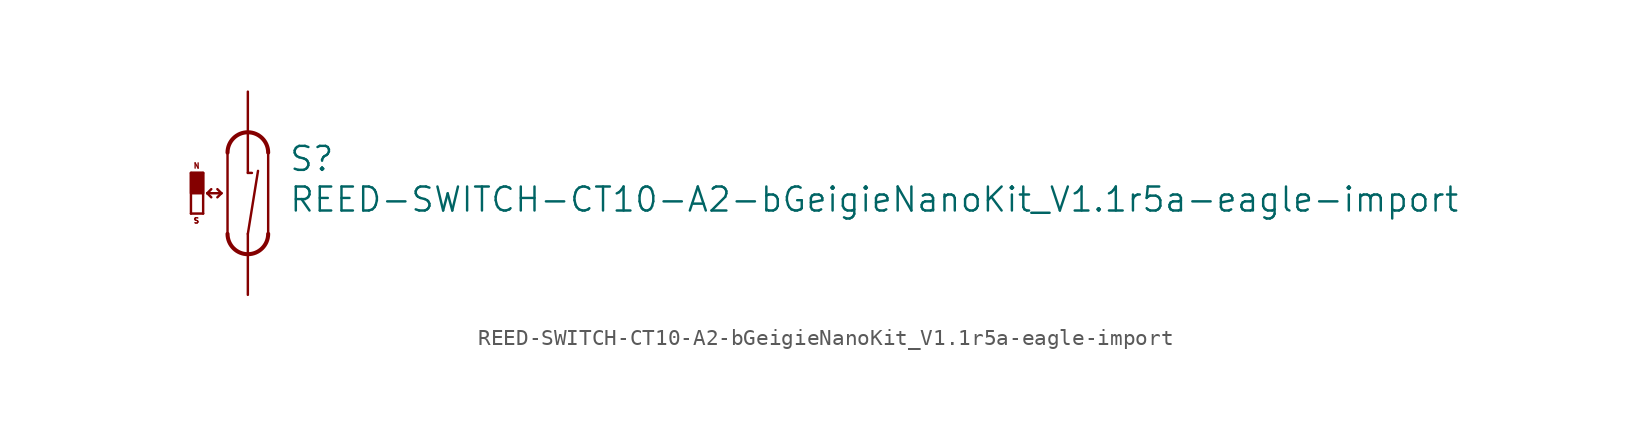
<source format=kicad_sym>
(kicad_symbol_lib
  (version 20200126)
  (host kicad_symbol_editor "5.99.0-unknown-aa7ce74~88~ubuntu18.04.1")
  (symbol "import_from_eagle-rescue:REED-SWITCH-CT10-A2-bGeigieNanoKit_V1.1r5a-eagle-import"
    (property "Reference" "S"
      (at 2.54 2.54 0)
      (effects (font (size 1.499 1.499)) (justify left bottom)))
    (property "Value" "REED-SWITCH-CT10-A2-bGeigieNanoKit_V1.1r5a-eagle-import"
      (at 2.54 0 0)
      (effects (font (size 1.499 1.499)) (justify left bottom)))
    (property "ki_locked" ""
      (at 0 0 0)
      (effects (font (size 1.27 1.27))))
    (symbol "REED-SWITCH-CT10-A2-bGeigieNanoKit_V1.1r5a-eagle-import_1_0"
      (arc (start -1.27 -1.27) (end 1.27 -1.27) (radius (at 0 -1.27) (length 1.27) (angles -179.9 -0.1)) (stroke (width 0.254)) (fill (type none)))
      (arc (start 1.27 3.81) (end -1.27 3.81) (radius (at 0 3.81) (length 1.27) (angles 0.1 179.9)) (stroke (width 0.254)) (fill (type none)))
      (text "N" (at -3.429 2.794 0) (effects (font (size 0.33 0.33)) (justify left bottom)))
      (text "S" (at -3.429 -0.635 0) (effects (font (size 0.33 0.33)) (justify left bottom)))
      (rectangle (start -3.556 1.27) (end -2.794 2.54) (stroke (width 0)) (fill (type outline)))
      (polyline (pts (xy -3.556 0) (xy -3.556 2.54)) (stroke (width 0)) (fill (type none)))
      (polyline (pts (xy -3.556 2.54) (xy -2.794 2.54)) (stroke (width 0)) (fill (type none)))
      (polyline (pts (xy -2.794 0) (xy -3.556 0)) (stroke (width 0)) (fill (type none)))
      (polyline (pts (xy -2.794 2.54) (xy -2.794 0)) (stroke (width 0)) (fill (type none)))
      (polyline (pts (xy -2.54 1.27) (xy -1.651 1.27)) (stroke (width 0)) (fill (type none)))
      (polyline (pts (xy -2.286 1.016) (xy -2.54 1.27)) (stroke (width 0)) (fill (type none)))
      (polyline (pts (xy -2.286 1.524) (xy -2.54 1.27)) (stroke (width 0)) (fill (type none)))
      (polyline (pts (xy -1.651 1.27) (xy -1.905 1.016)) (stroke (width 0)) (fill (type none)))
      (polyline (pts (xy -1.651 1.27) (xy -1.905 1.524)) (stroke (width 0)) (fill (type none)))
      (polyline (pts (xy -1.27 3.81) (xy -1.27 -1.27)) (stroke (width 0)) (fill (type none)))
      (polyline (pts (xy 0 -2.54) (xy 0 -1.27)) (stroke (width 0)) (fill (type none)))
      (polyline (pts (xy 0 -1.27) (xy 0.635 2.667)) (stroke (width 0)) (fill (type none)))
      (polyline (pts (xy 0 2.54) (xy 0 5.08)) (stroke (width 0)) (fill (type none)))
      (polyline (pts (xy 0.254 2.54) (xy 0 2.54)) (stroke (width 0)) (fill (type none)))
      (polyline (pts (xy 1.27 -1.27) (xy 1.27 3.81)) (stroke (width 0)) (fill (type none)))
      (pin passive line (at 0 7.62 270) (length 2.54) (name "1" (effects (font (size 0 0)))) (number "1" (effects (font (size 0 0)))))
      (pin passive line (at 0 -5.08 90) (length 2.54) (name "2" (effects (font (size 0 0)))) (number "2" (effects (font (size 0 0))))))))
</source>
